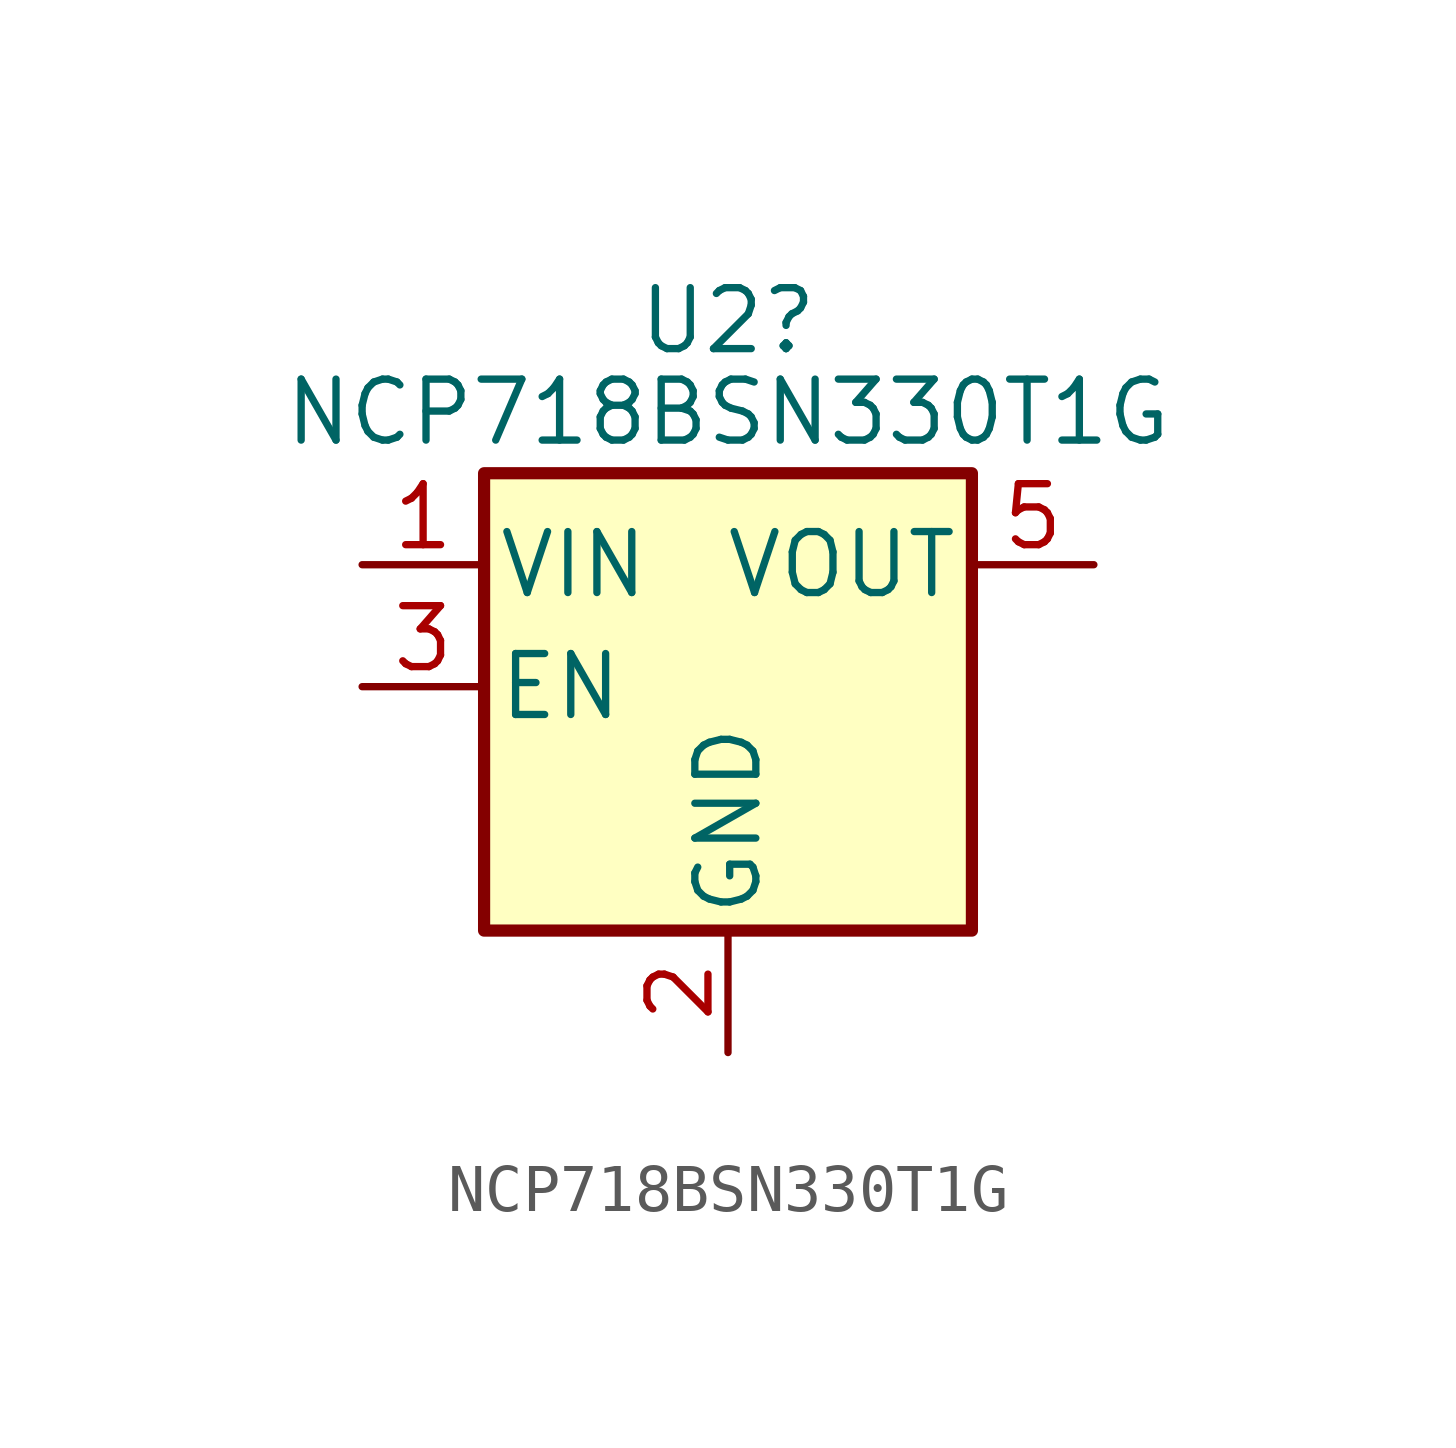
<source format=kicad_sym>
(kicad_symbol_lib
  (version 20211014)
  (generator kicad_symbol_editor)
  (symbol "NCP718BSN330T1G"
    (pin_names
      (offset 0.254))
    (property "Reference" "U2"
      (at 0 7.62 0)
      (effects (font (size 1.27 1.27))))
    (property "Value" "NCP718BSN330T1G"
      (at 0 5.715 0)
      (effects (font (size 1.27 1.27))))
    (symbol "NCP718BSN330T1G_0_1"
      (rectangle (start -5.08 4.445) (end 5.08 -5.08) (stroke (width 0.254) (type default) (color 0 0 0 0)) (fill (type background))))
    (symbol "NCP718BSN330T1G_1_1"
      (pin power_in line (at -7.62 2.54 0) (length 2.54) (name "VIN" (effects (font (size 1.27 1.27)))) (number "1" (effects (font (size 1.27 1.27)))))
      (pin power_in line (at 0 -7.62 90) (length 2.54) (name "GND" (effects (font (size 1.27 1.27)))) (number "2" (effects (font (size 1.27 1.27)))))
      (pin input line (at -7.62 0 0) (length 2.54) (name "EN" (effects (font (size 1.27 1.27)))) (number "3" (effects (font (size 1.27 1.27)))))
      (pin no_connect line (at 5.08 0 180) (length 2.54) hide (name "NC" (effects (font (size 1.27 1.27)))) (number "4" (effects (font (size 1.27 1.27)))))
      (pin power_out line (at 7.62 2.54 180) (length 2.54) (name "VOUT" (effects (font (size 1.27 1.27)))) (number "5" (effects (font (size 1.27 1.27))))))))
</source>
